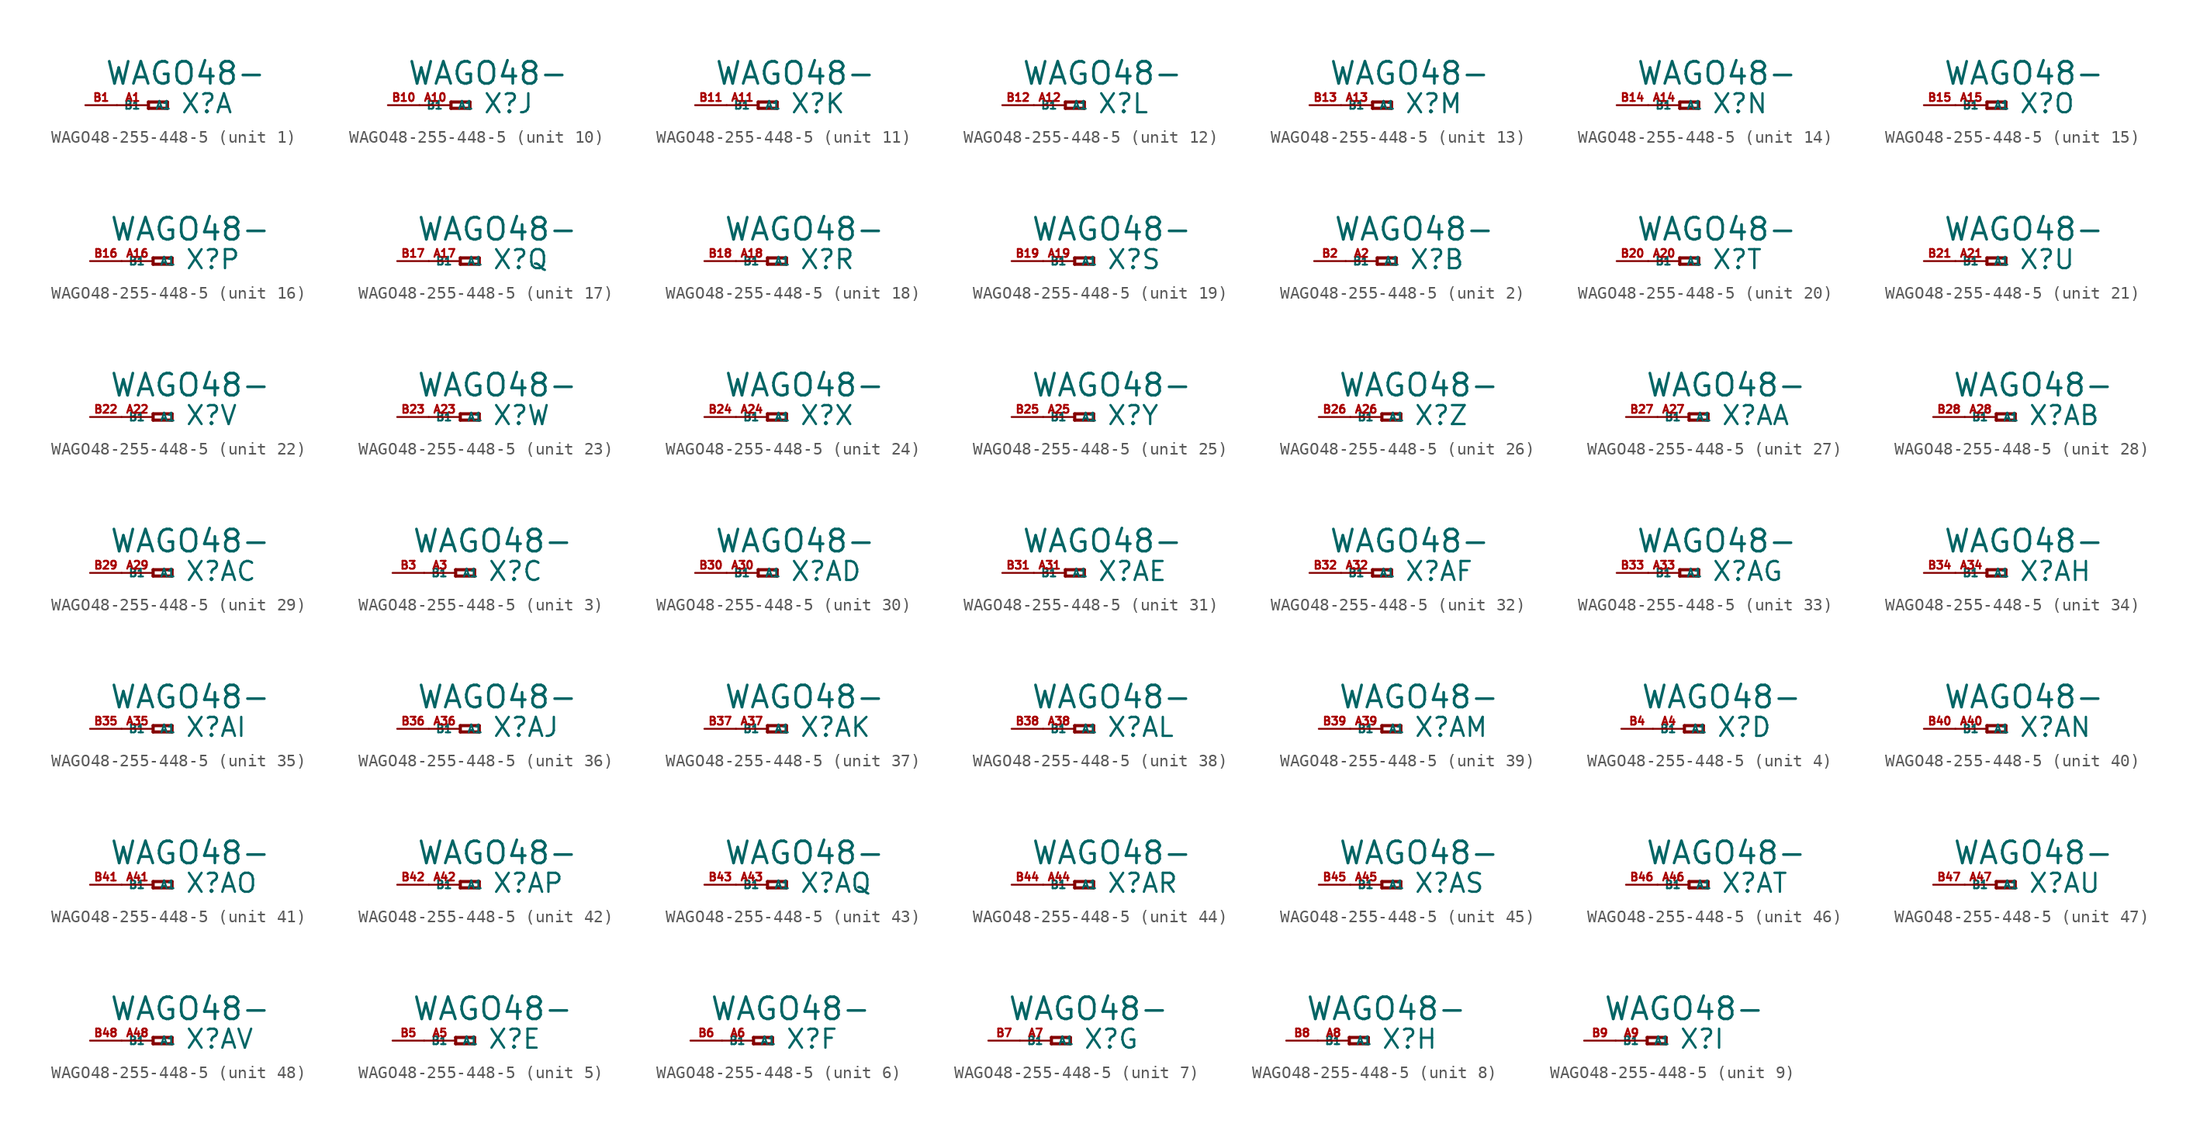
<source format=kicad_sym>
(kicad_symbol_lib
  (version 20220914)
  (generator Eagle2Kicad)
  (symbol "WAGO48-255-448-5"
    (property "Reference" "X"
      (at 2.54 -0.762 0)
      (effects (font (size 1.524 1.524) (thickness 0.19)) (justify left bottom)))
    (property "Value" "WAGO48-"
      (at -3.556 1.524 0)
      (effects (font (size 1.778 1.778) (thickness 0.22)) (justify left bottom)))
    (symbol "WAGO48-255-448-5_1_0"
      (polyline (pts (xy 0 0.254) (xy 0 -0.254)) (stroke (width 0.254) (type default)) (fill (type none)))
      (polyline (pts (xy 0 -0.254) (xy 1.524 -0.254)) (stroke (width 0.254) (type default)) (fill (type none)))
      (polyline (pts (xy 1.524 -0.254) (xy 1.524 0.254)) (stroke (width 0.254) (type default)) (fill (type none)))
      (polyline (pts (xy 1.524 0.254) (xy 0 0.254)) (stroke (width 0.254) (type default)) (fill (type none)))
      (pin passive line (at -2.54 0 0) (length 2.54) (name "A1" (effects (font (size 0.635 0.635) (thickness 0.08)) (justify left bottom))) (number "A1" (effects (font (size 0.635 0.635) (thickness 0.08)) (justify left bottom))))
      (pin passive line (at -5.08 0 0) (length 2.54) (name "B1" (effects (font (size 0.635 0.635) (thickness 0.08)) (justify left bottom))) (number "B1" (effects (font (size 0.635 0.635) (thickness 0.08)) (justify left bottom)))))
    (symbol "WAGO48-255-448-5_2_0"
      (polyline (pts (xy 0 0.254) (xy 0 -0.254)) (stroke (width 0.254) (type default)) (fill (type none)))
      (polyline (pts (xy 0 -0.254) (xy 1.524 -0.254)) (stroke (width 0.254) (type default)) (fill (type none)))
      (polyline (pts (xy 1.524 -0.254) (xy 1.524 0.254)) (stroke (width 0.254) (type default)) (fill (type none)))
      (polyline (pts (xy 1.524 0.254) (xy 0 0.254)) (stroke (width 0.254) (type default)) (fill (type none)))
      (pin passive line (at -2.54 0 0) (length 2.54) (name "A1" (effects (font (size 0.635 0.635) (thickness 0.08)) (justify left bottom))) (number "A2" (effects (font (size 0.635 0.635) (thickness 0.08)) (justify left bottom))))
      (pin passive line (at -5.08 0 0) (length 2.54) (name "B1" (effects (font (size 0.635 0.635) (thickness 0.08)) (justify left bottom))) (number "B2" (effects (font (size 0.635 0.635) (thickness 0.08)) (justify left bottom)))))
    (symbol "WAGO48-255-448-5_3_0"
      (polyline (pts (xy 0 0.254) (xy 0 -0.254)) (stroke (width 0.254) (type default)) (fill (type none)))
      (polyline (pts (xy 0 -0.254) (xy 1.524 -0.254)) (stroke (width 0.254) (type default)) (fill (type none)))
      (polyline (pts (xy 1.524 -0.254) (xy 1.524 0.254)) (stroke (width 0.254) (type default)) (fill (type none)))
      (polyline (pts (xy 1.524 0.254) (xy 0 0.254)) (stroke (width 0.254) (type default)) (fill (type none)))
      (pin passive line (at -2.54 0 0) (length 2.54) (name "A1" (effects (font (size 0.635 0.635) (thickness 0.08)) (justify left bottom))) (number "A3" (effects (font (size 0.635 0.635) (thickness 0.08)) (justify left bottom))))
      (pin passive line (at -5.08 0 0) (length 2.54) (name "B1" (effects (font (size 0.635 0.635) (thickness 0.08)) (justify left bottom))) (number "B3" (effects (font (size 0.635 0.635) (thickness 0.08)) (justify left bottom)))))
    (symbol "WAGO48-255-448-5_4_0"
      (polyline (pts (xy 0 0.254) (xy 0 -0.254)) (stroke (width 0.254) (type default)) (fill (type none)))
      (polyline (pts (xy 0 -0.254) (xy 1.524 -0.254)) (stroke (width 0.254) (type default)) (fill (type none)))
      (polyline (pts (xy 1.524 -0.254) (xy 1.524 0.254)) (stroke (width 0.254) (type default)) (fill (type none)))
      (polyline (pts (xy 1.524 0.254) (xy 0 0.254)) (stroke (width 0.254) (type default)) (fill (type none)))
      (pin passive line (at -2.54 0 0) (length 2.54) (name "A1" (effects (font (size 0.635 0.635) (thickness 0.08)) (justify left bottom))) (number "A4" (effects (font (size 0.635 0.635) (thickness 0.08)) (justify left bottom))))
      (pin passive line (at -5.08 0 0) (length 2.54) (name "B1" (effects (font (size 0.635 0.635) (thickness 0.08)) (justify left bottom))) (number "B4" (effects (font (size 0.635 0.635) (thickness 0.08)) (justify left bottom)))))
    (symbol "WAGO48-255-448-5_5_0"
      (polyline (pts (xy 0 0.254) (xy 0 -0.254)) (stroke (width 0.254) (type default)) (fill (type none)))
      (polyline (pts (xy 0 -0.254) (xy 1.524 -0.254)) (stroke (width 0.254) (type default)) (fill (type none)))
      (polyline (pts (xy 1.524 -0.254) (xy 1.524 0.254)) (stroke (width 0.254) (type default)) (fill (type none)))
      (polyline (pts (xy 1.524 0.254) (xy 0 0.254)) (stroke (width 0.254) (type default)) (fill (type none)))
      (pin passive line (at -2.54 0 0) (length 2.54) (name "A1" (effects (font (size 0.635 0.635) (thickness 0.08)) (justify left bottom))) (number "A5" (effects (font (size 0.635 0.635) (thickness 0.08)) (justify left bottom))))
      (pin passive line (at -5.08 0 0) (length 2.54) (name "B1" (effects (font (size 0.635 0.635) (thickness 0.08)) (justify left bottom))) (number "B5" (effects (font (size 0.635 0.635) (thickness 0.08)) (justify left bottom)))))
    (symbol "WAGO48-255-448-5_6_0"
      (polyline (pts (xy 0 0.254) (xy 0 -0.254)) (stroke (width 0.254) (type default)) (fill (type none)))
      (polyline (pts (xy 0 -0.254) (xy 1.524 -0.254)) (stroke (width 0.254) (type default)) (fill (type none)))
      (polyline (pts (xy 1.524 -0.254) (xy 1.524 0.254)) (stroke (width 0.254) (type default)) (fill (type none)))
      (polyline (pts (xy 1.524 0.254) (xy 0 0.254)) (stroke (width 0.254) (type default)) (fill (type none)))
      (pin passive line (at -2.54 0 0) (length 2.54) (name "A1" (effects (font (size 0.635 0.635) (thickness 0.08)) (justify left bottom))) (number "A6" (effects (font (size 0.635 0.635) (thickness 0.08)) (justify left bottom))))
      (pin passive line (at -5.08 0 0) (length 2.54) (name "B1" (effects (font (size 0.635 0.635) (thickness 0.08)) (justify left bottom))) (number "B6" (effects (font (size 0.635 0.635) (thickness 0.08)) (justify left bottom)))))
    (symbol "WAGO48-255-448-5_7_0"
      (polyline (pts (xy 0 0.254) (xy 0 -0.254)) (stroke (width 0.254) (type default)) (fill (type none)))
      (polyline (pts (xy 0 -0.254) (xy 1.524 -0.254)) (stroke (width 0.254) (type default)) (fill (type none)))
      (polyline (pts (xy 1.524 -0.254) (xy 1.524 0.254)) (stroke (width 0.254) (type default)) (fill (type none)))
      (polyline (pts (xy 1.524 0.254) (xy 0 0.254)) (stroke (width 0.254) (type default)) (fill (type none)))
      (pin passive line (at -2.54 0 0) (length 2.54) (name "A1" (effects (font (size 0.635 0.635) (thickness 0.08)) (justify left bottom))) (number "A7" (effects (font (size 0.635 0.635) (thickness 0.08)) (justify left bottom))))
      (pin passive line (at -5.08 0 0) (length 2.54) (name "B1" (effects (font (size 0.635 0.635) (thickness 0.08)) (justify left bottom))) (number "B7" (effects (font (size 0.635 0.635) (thickness 0.08)) (justify left bottom)))))
    (symbol "WAGO48-255-448-5_8_0"
      (polyline (pts (xy 0 0.254) (xy 0 -0.254)) (stroke (width 0.254) (type default)) (fill (type none)))
      (polyline (pts (xy 0 -0.254) (xy 1.524 -0.254)) (stroke (width 0.254) (type default)) (fill (type none)))
      (polyline (pts (xy 1.524 -0.254) (xy 1.524 0.254)) (stroke (width 0.254) (type default)) (fill (type none)))
      (polyline (pts (xy 1.524 0.254) (xy 0 0.254)) (stroke (width 0.254) (type default)) (fill (type none)))
      (pin passive line (at -2.54 0 0) (length 2.54) (name "A1" (effects (font (size 0.635 0.635) (thickness 0.08)) (justify left bottom))) (number "A8" (effects (font (size 0.635 0.635) (thickness 0.08)) (justify left bottom))))
      (pin passive line (at -5.08 0 0) (length 2.54) (name "B1" (effects (font (size 0.635 0.635) (thickness 0.08)) (justify left bottom))) (number "B8" (effects (font (size 0.635 0.635) (thickness 0.08)) (justify left bottom)))))
    (symbol "WAGO48-255-448-5_9_0"
      (polyline (pts (xy 0 0.254) (xy 0 -0.254)) (stroke (width 0.254) (type default)) (fill (type none)))
      (polyline (pts (xy 0 -0.254) (xy 1.524 -0.254)) (stroke (width 0.254) (type default)) (fill (type none)))
      (polyline (pts (xy 1.524 -0.254) (xy 1.524 0.254)) (stroke (width 0.254) (type default)) (fill (type none)))
      (polyline (pts (xy 1.524 0.254) (xy 0 0.254)) (stroke (width 0.254) (type default)) (fill (type none)))
      (pin passive line (at -2.54 0 0) (length 2.54) (name "A1" (effects (font (size 0.635 0.635) (thickness 0.08)) (justify left bottom))) (number "A9" (effects (font (size 0.635 0.635) (thickness 0.08)) (justify left bottom))))
      (pin passive line (at -5.08 0 0) (length 2.54) (name "B1" (effects (font (size 0.635 0.635) (thickness 0.08)) (justify left bottom))) (number "B9" (effects (font (size 0.635 0.635) (thickness 0.08)) (justify left bottom)))))
    (symbol "WAGO48-255-448-5_10_0"
      (polyline (pts (xy 0 0.254) (xy 0 -0.254)) (stroke (width 0.254) (type default)) (fill (type none)))
      (polyline (pts (xy 0 -0.254) (xy 1.524 -0.254)) (stroke (width 0.254) (type default)) (fill (type none)))
      (polyline (pts (xy 1.524 -0.254) (xy 1.524 0.254)) (stroke (width 0.254) (type default)) (fill (type none)))
      (polyline (pts (xy 1.524 0.254) (xy 0 0.254)) (stroke (width 0.254) (type default)) (fill (type none)))
      (pin passive line (at -2.54 0 0) (length 2.54) (name "A1" (effects (font (size 0.635 0.635) (thickness 0.08)) (justify left bottom))) (number "A10" (effects (font (size 0.635 0.635) (thickness 0.08)) (justify left bottom))))
      (pin passive line (at -5.08 0 0) (length 2.54) (name "B1" (effects (font (size 0.635 0.635) (thickness 0.08)) (justify left bottom))) (number "B10" (effects (font (size 0.635 0.635) (thickness 0.08)) (justify left bottom)))))
    (symbol "WAGO48-255-448-5_11_0"
      (polyline (pts (xy 0 0.254) (xy 0 -0.254)) (stroke (width 0.254) (type default)) (fill (type none)))
      (polyline (pts (xy 0 -0.254) (xy 1.524 -0.254)) (stroke (width 0.254) (type default)) (fill (type none)))
      (polyline (pts (xy 1.524 -0.254) (xy 1.524 0.254)) (stroke (width 0.254) (type default)) (fill (type none)))
      (polyline (pts (xy 1.524 0.254) (xy 0 0.254)) (stroke (width 0.254) (type default)) (fill (type none)))
      (pin passive line (at -2.54 0 0) (length 2.54) (name "A1" (effects (font (size 0.635 0.635) (thickness 0.08)) (justify left bottom))) (number "A11" (effects (font (size 0.635 0.635) (thickness 0.08)) (justify left bottom))))
      (pin passive line (at -5.08 0 0) (length 2.54) (name "B1" (effects (font (size 0.635 0.635) (thickness 0.08)) (justify left bottom))) (number "B11" (effects (font (size 0.635 0.635) (thickness 0.08)) (justify left bottom)))))
    (symbol "WAGO48-255-448-5_12_0"
      (polyline (pts (xy 0 0.254) (xy 0 -0.254)) (stroke (width 0.254) (type default)) (fill (type none)))
      (polyline (pts (xy 0 -0.254) (xy 1.524 -0.254)) (stroke (width 0.254) (type default)) (fill (type none)))
      (polyline (pts (xy 1.524 -0.254) (xy 1.524 0.254)) (stroke (width 0.254) (type default)) (fill (type none)))
      (polyline (pts (xy 1.524 0.254) (xy 0 0.254)) (stroke (width 0.254) (type default)) (fill (type none)))
      (pin passive line (at -2.54 0 0) (length 2.54) (name "A1" (effects (font (size 0.635 0.635) (thickness 0.08)) (justify left bottom))) (number "A12" (effects (font (size 0.635 0.635) (thickness 0.08)) (justify left bottom))))
      (pin passive line (at -5.08 0 0) (length 2.54) (name "B1" (effects (font (size 0.635 0.635) (thickness 0.08)) (justify left bottom))) (number "B12" (effects (font (size 0.635 0.635) (thickness 0.08)) (justify left bottom)))))
    (symbol "WAGO48-255-448-5_13_0"
      (polyline (pts (xy 0 0.254) (xy 0 -0.254)) (stroke (width 0.254) (type default)) (fill (type none)))
      (polyline (pts (xy 0 -0.254) (xy 1.524 -0.254)) (stroke (width 0.254) (type default)) (fill (type none)))
      (polyline (pts (xy 1.524 -0.254) (xy 1.524 0.254)) (stroke (width 0.254) (type default)) (fill (type none)))
      (polyline (pts (xy 1.524 0.254) (xy 0 0.254)) (stroke (width 0.254) (type default)) (fill (type none)))
      (pin passive line (at -2.54 0 0) (length 2.54) (name "A1" (effects (font (size 0.635 0.635) (thickness 0.08)) (justify left bottom))) (number "A13" (effects (font (size 0.635 0.635) (thickness 0.08)) (justify left bottom))))
      (pin passive line (at -5.08 0 0) (length 2.54) (name "B1" (effects (font (size 0.635 0.635) (thickness 0.08)) (justify left bottom))) (number "B13" (effects (font (size 0.635 0.635) (thickness 0.08)) (justify left bottom)))))
    (symbol "WAGO48-255-448-5_14_0"
      (polyline (pts (xy 0 0.254) (xy 0 -0.254)) (stroke (width 0.254) (type default)) (fill (type none)))
      (polyline (pts (xy 0 -0.254) (xy 1.524 -0.254)) (stroke (width 0.254) (type default)) (fill (type none)))
      (polyline (pts (xy 1.524 -0.254) (xy 1.524 0.254)) (stroke (width 0.254) (type default)) (fill (type none)))
      (polyline (pts (xy 1.524 0.254) (xy 0 0.254)) (stroke (width 0.254) (type default)) (fill (type none)))
      (pin passive line (at -2.54 0 0) (length 2.54) (name "A1" (effects (font (size 0.635 0.635) (thickness 0.08)) (justify left bottom))) (number "A14" (effects (font (size 0.635 0.635) (thickness 0.08)) (justify left bottom))))
      (pin passive line (at -5.08 0 0) (length 2.54) (name "B1" (effects (font (size 0.635 0.635) (thickness 0.08)) (justify left bottom))) (number "B14" (effects (font (size 0.635 0.635) (thickness 0.08)) (justify left bottom)))))
    (symbol "WAGO48-255-448-5_15_0"
      (polyline (pts (xy 0 0.254) (xy 0 -0.254)) (stroke (width 0.254) (type default)) (fill (type none)))
      (polyline (pts (xy 0 -0.254) (xy 1.524 -0.254)) (stroke (width 0.254) (type default)) (fill (type none)))
      (polyline (pts (xy 1.524 -0.254) (xy 1.524 0.254)) (stroke (width 0.254) (type default)) (fill (type none)))
      (polyline (pts (xy 1.524 0.254) (xy 0 0.254)) (stroke (width 0.254) (type default)) (fill (type none)))
      (pin passive line (at -2.54 0 0) (length 2.54) (name "A1" (effects (font (size 0.635 0.635) (thickness 0.08)) (justify left bottom))) (number "A15" (effects (font (size 0.635 0.635) (thickness 0.08)) (justify left bottom))))
      (pin passive line (at -5.08 0 0) (length 2.54) (name "B1" (effects (font (size 0.635 0.635) (thickness 0.08)) (justify left bottom))) (number "B15" (effects (font (size 0.635 0.635) (thickness 0.08)) (justify left bottom)))))
    (symbol "WAGO48-255-448-5_16_0"
      (polyline (pts (xy 0 0.254) (xy 0 -0.254)) (stroke (width 0.254) (type default)) (fill (type none)))
      (polyline (pts (xy 0 -0.254) (xy 1.524 -0.254)) (stroke (width 0.254) (type default)) (fill (type none)))
      (polyline (pts (xy 1.524 -0.254) (xy 1.524 0.254)) (stroke (width 0.254) (type default)) (fill (type none)))
      (polyline (pts (xy 1.524 0.254) (xy 0 0.254)) (stroke (width 0.254) (type default)) (fill (type none)))
      (pin passive line (at -2.54 0 0) (length 2.54) (name "A1" (effects (font (size 0.635 0.635) (thickness 0.08)) (justify left bottom))) (number "A16" (effects (font (size 0.635 0.635) (thickness 0.08)) (justify left bottom))))
      (pin passive line (at -5.08 0 0) (length 2.54) (name "B1" (effects (font (size 0.635 0.635) (thickness 0.08)) (justify left bottom))) (number "B16" (effects (font (size 0.635 0.635) (thickness 0.08)) (justify left bottom)))))
    (symbol "WAGO48-255-448-5_17_0"
      (polyline (pts (xy 0 0.254) (xy 0 -0.254)) (stroke (width 0.254) (type default)) (fill (type none)))
      (polyline (pts (xy 0 -0.254) (xy 1.524 -0.254)) (stroke (width 0.254) (type default)) (fill (type none)))
      (polyline (pts (xy 1.524 -0.254) (xy 1.524 0.254)) (stroke (width 0.254) (type default)) (fill (type none)))
      (polyline (pts (xy 1.524 0.254) (xy 0 0.254)) (stroke (width 0.254) (type default)) (fill (type none)))
      (pin passive line (at -2.54 0 0) (length 2.54) (name "A1" (effects (font (size 0.635 0.635) (thickness 0.08)) (justify left bottom))) (number "A17" (effects (font (size 0.635 0.635) (thickness 0.08)) (justify left bottom))))
      (pin passive line (at -5.08 0 0) (length 2.54) (name "B1" (effects (font (size 0.635 0.635) (thickness 0.08)) (justify left bottom))) (number "B17" (effects (font (size 0.635 0.635) (thickness 0.08)) (justify left bottom)))))
    (symbol "WAGO48-255-448-5_18_0"
      (polyline (pts (xy 0 0.254) (xy 0 -0.254)) (stroke (width 0.254) (type default)) (fill (type none)))
      (polyline (pts (xy 0 -0.254) (xy 1.524 -0.254)) (stroke (width 0.254) (type default)) (fill (type none)))
      (polyline (pts (xy 1.524 -0.254) (xy 1.524 0.254)) (stroke (width 0.254) (type default)) (fill (type none)))
      (polyline (pts (xy 1.524 0.254) (xy 0 0.254)) (stroke (width 0.254) (type default)) (fill (type none)))
      (pin passive line (at -2.54 0 0) (length 2.54) (name "A1" (effects (font (size 0.635 0.635) (thickness 0.08)) (justify left bottom))) (number "A18" (effects (font (size 0.635 0.635) (thickness 0.08)) (justify left bottom))))
      (pin passive line (at -5.08 0 0) (length 2.54) (name "B1" (effects (font (size 0.635 0.635) (thickness 0.08)) (justify left bottom))) (number "B18" (effects (font (size 0.635 0.635) (thickness 0.08)) (justify left bottom)))))
    (symbol "WAGO48-255-448-5_19_0"
      (polyline (pts (xy 0 0.254) (xy 0 -0.254)) (stroke (width 0.254) (type default)) (fill (type none)))
      (polyline (pts (xy 0 -0.254) (xy 1.524 -0.254)) (stroke (width 0.254) (type default)) (fill (type none)))
      (polyline (pts (xy 1.524 -0.254) (xy 1.524 0.254)) (stroke (width 0.254) (type default)) (fill (type none)))
      (polyline (pts (xy 1.524 0.254) (xy 0 0.254)) (stroke (width 0.254) (type default)) (fill (type none)))
      (pin passive line (at -2.54 0 0) (length 2.54) (name "A1" (effects (font (size 0.635 0.635) (thickness 0.08)) (justify left bottom))) (number "A19" (effects (font (size 0.635 0.635) (thickness 0.08)) (justify left bottom))))
      (pin passive line (at -5.08 0 0) (length 2.54) (name "B1" (effects (font (size 0.635 0.635) (thickness 0.08)) (justify left bottom))) (number "B19" (effects (font (size 0.635 0.635) (thickness 0.08)) (justify left bottom)))))
    (symbol "WAGO48-255-448-5_20_0"
      (polyline (pts (xy 0 0.254) (xy 0 -0.254)) (stroke (width 0.254) (type default)) (fill (type none)))
      (polyline (pts (xy 0 -0.254) (xy 1.524 -0.254)) (stroke (width 0.254) (type default)) (fill (type none)))
      (polyline (pts (xy 1.524 -0.254) (xy 1.524 0.254)) (stroke (width 0.254) (type default)) (fill (type none)))
      (polyline (pts (xy 1.524 0.254) (xy 0 0.254)) (stroke (width 0.254) (type default)) (fill (type none)))
      (pin passive line (at -2.54 0 0) (length 2.54) (name "A1" (effects (font (size 0.635 0.635) (thickness 0.08)) (justify left bottom))) (number "A20" (effects (font (size 0.635 0.635) (thickness 0.08)) (justify left bottom))))
      (pin passive line (at -5.08 0 0) (length 2.54) (name "B1" (effects (font (size 0.635 0.635) (thickness 0.08)) (justify left bottom))) (number "B20" (effects (font (size 0.635 0.635) (thickness 0.08)) (justify left bottom)))))
    (symbol "WAGO48-255-448-5_21_0"
      (polyline (pts (xy 0 0.254) (xy 0 -0.254)) (stroke (width 0.254) (type default)) (fill (type none)))
      (polyline (pts (xy 0 -0.254) (xy 1.524 -0.254)) (stroke (width 0.254) (type default)) (fill (type none)))
      (polyline (pts (xy 1.524 -0.254) (xy 1.524 0.254)) (stroke (width 0.254) (type default)) (fill (type none)))
      (polyline (pts (xy 1.524 0.254) (xy 0 0.254)) (stroke (width 0.254) (type default)) (fill (type none)))
      (pin passive line (at -2.54 0 0) (length 2.54) (name "A1" (effects (font (size 0.635 0.635) (thickness 0.08)) (justify left bottom))) (number "A21" (effects (font (size 0.635 0.635) (thickness 0.08)) (justify left bottom))))
      (pin passive line (at -5.08 0 0) (length 2.54) (name "B1" (effects (font (size 0.635 0.635) (thickness 0.08)) (justify left bottom))) (number "B21" (effects (font (size 0.635 0.635) (thickness 0.08)) (justify left bottom)))))
    (symbol "WAGO48-255-448-5_22_0"
      (polyline (pts (xy 0 0.254) (xy 0 -0.254)) (stroke (width 0.254) (type default)) (fill (type none)))
      (polyline (pts (xy 0 -0.254) (xy 1.524 -0.254)) (stroke (width 0.254) (type default)) (fill (type none)))
      (polyline (pts (xy 1.524 -0.254) (xy 1.524 0.254)) (stroke (width 0.254) (type default)) (fill (type none)))
      (polyline (pts (xy 1.524 0.254) (xy 0 0.254)) (stroke (width 0.254) (type default)) (fill (type none)))
      (pin passive line (at -2.54 0 0) (length 2.54) (name "A1" (effects (font (size 0.635 0.635) (thickness 0.08)) (justify left bottom))) (number "A22" (effects (font (size 0.635 0.635) (thickness 0.08)) (justify left bottom))))
      (pin passive line (at -5.08 0 0) (length 2.54) (name "B1" (effects (font (size 0.635 0.635) (thickness 0.08)) (justify left bottom))) (number "B22" (effects (font (size 0.635 0.635) (thickness 0.08)) (justify left bottom)))))
    (symbol "WAGO48-255-448-5_23_0"
      (polyline (pts (xy 0 0.254) (xy 0 -0.254)) (stroke (width 0.254) (type default)) (fill (type none)))
      (polyline (pts (xy 0 -0.254) (xy 1.524 -0.254)) (stroke (width 0.254) (type default)) (fill (type none)))
      (polyline (pts (xy 1.524 -0.254) (xy 1.524 0.254)) (stroke (width 0.254) (type default)) (fill (type none)))
      (polyline (pts (xy 1.524 0.254) (xy 0 0.254)) (stroke (width 0.254) (type default)) (fill (type none)))
      (pin passive line (at -2.54 0 0) (length 2.54) (name "A1" (effects (font (size 0.635 0.635) (thickness 0.08)) (justify left bottom))) (number "A23" (effects (font (size 0.635 0.635) (thickness 0.08)) (justify left bottom))))
      (pin passive line (at -5.08 0 0) (length 2.54) (name "B1" (effects (font (size 0.635 0.635) (thickness 0.08)) (justify left bottom))) (number "B23" (effects (font (size 0.635 0.635) (thickness 0.08)) (justify left bottom)))))
    (symbol "WAGO48-255-448-5_24_0"
      (polyline (pts (xy 0 0.254) (xy 0 -0.254)) (stroke (width 0.254) (type default)) (fill (type none)))
      (polyline (pts (xy 0 -0.254) (xy 1.524 -0.254)) (stroke (width 0.254) (type default)) (fill (type none)))
      (polyline (pts (xy 1.524 -0.254) (xy 1.524 0.254)) (stroke (width 0.254) (type default)) (fill (type none)))
      (polyline (pts (xy 1.524 0.254) (xy 0 0.254)) (stroke (width 0.254) (type default)) (fill (type none)))
      (pin passive line (at -2.54 0 0) (length 2.54) (name "A1" (effects (font (size 0.635 0.635) (thickness 0.08)) (justify left bottom))) (number "A24" (effects (font (size 0.635 0.635) (thickness 0.08)) (justify left bottom))))
      (pin passive line (at -5.08 0 0) (length 2.54) (name "B1" (effects (font (size 0.635 0.635) (thickness 0.08)) (justify left bottom))) (number "B24" (effects (font (size 0.635 0.635) (thickness 0.08)) (justify left bottom)))))
    (symbol "WAGO48-255-448-5_25_0"
      (polyline (pts (xy 0 0.254) (xy 0 -0.254)) (stroke (width 0.254) (type default)) (fill (type none)))
      (polyline (pts (xy 0 -0.254) (xy 1.524 -0.254)) (stroke (width 0.254) (type default)) (fill (type none)))
      (polyline (pts (xy 1.524 -0.254) (xy 1.524 0.254)) (stroke (width 0.254) (type default)) (fill (type none)))
      (polyline (pts (xy 1.524 0.254) (xy 0 0.254)) (stroke (width 0.254) (type default)) (fill (type none)))
      (pin passive line (at -2.54 0 0) (length 2.54) (name "A1" (effects (font (size 0.635 0.635) (thickness 0.08)) (justify left bottom))) (number "A25" (effects (font (size 0.635 0.635) (thickness 0.08)) (justify left bottom))))
      (pin passive line (at -5.08 0 0) (length 2.54) (name "B1" (effects (font (size 0.635 0.635) (thickness 0.08)) (justify left bottom))) (number "B25" (effects (font (size 0.635 0.635) (thickness 0.08)) (justify left bottom)))))
    (symbol "WAGO48-255-448-5_26_0"
      (polyline (pts (xy 0 0.254) (xy 0 -0.254)) (stroke (width 0.254) (type default)) (fill (type none)))
      (polyline (pts (xy 0 -0.254) (xy 1.524 -0.254)) (stroke (width 0.254) (type default)) (fill (type none)))
      (polyline (pts (xy 1.524 -0.254) (xy 1.524 0.254)) (stroke (width 0.254) (type default)) (fill (type none)))
      (polyline (pts (xy 1.524 0.254) (xy 0 0.254)) (stroke (width 0.254) (type default)) (fill (type none)))
      (pin passive line (at -2.54 0 0) (length 2.54) (name "A1" (effects (font (size 0.635 0.635) (thickness 0.08)) (justify left bottom))) (number "A26" (effects (font (size 0.635 0.635) (thickness 0.08)) (justify left bottom))))
      (pin passive line (at -5.08 0 0) (length 2.54) (name "B1" (effects (font (size 0.635 0.635) (thickness 0.08)) (justify left bottom))) (number "B26" (effects (font (size 0.635 0.635) (thickness 0.08)) (justify left bottom)))))
    (symbol "WAGO48-255-448-5_27_0"
      (polyline (pts (xy 0 0.254) (xy 0 -0.254)) (stroke (width 0.254) (type default)) (fill (type none)))
      (polyline (pts (xy 0 -0.254) (xy 1.524 -0.254)) (stroke (width 0.254) (type default)) (fill (type none)))
      (polyline (pts (xy 1.524 -0.254) (xy 1.524 0.254)) (stroke (width 0.254) (type default)) (fill (type none)))
      (polyline (pts (xy 1.524 0.254) (xy 0 0.254)) (stroke (width 0.254) (type default)) (fill (type none)))
      (pin passive line (at -2.54 0 0) (length 2.54) (name "A1" (effects (font (size 0.635 0.635) (thickness 0.08)) (justify left bottom))) (number "A27" (effects (font (size 0.635 0.635) (thickness 0.08)) (justify left bottom))))
      (pin passive line (at -5.08 0 0) (length 2.54) (name "B1" (effects (font (size 0.635 0.635) (thickness 0.08)) (justify left bottom))) (number "B27" (effects (font (size 0.635 0.635) (thickness 0.08)) (justify left bottom)))))
    (symbol "WAGO48-255-448-5_28_0"
      (polyline (pts (xy 0 0.254) (xy 0 -0.254)) (stroke (width 0.254) (type default)) (fill (type none)))
      (polyline (pts (xy 0 -0.254) (xy 1.524 -0.254)) (stroke (width 0.254) (type default)) (fill (type none)))
      (polyline (pts (xy 1.524 -0.254) (xy 1.524 0.254)) (stroke (width 0.254) (type default)) (fill (type none)))
      (polyline (pts (xy 1.524 0.254) (xy 0 0.254)) (stroke (width 0.254) (type default)) (fill (type none)))
      (pin passive line (at -2.54 0 0) (length 2.54) (name "A1" (effects (font (size 0.635 0.635) (thickness 0.08)) (justify left bottom))) (number "A28" (effects (font (size 0.635 0.635) (thickness 0.08)) (justify left bottom))))
      (pin passive line (at -5.08 0 0) (length 2.54) (name "B1" (effects (font (size 0.635 0.635) (thickness 0.08)) (justify left bottom))) (number "B28" (effects (font (size 0.635 0.635) (thickness 0.08)) (justify left bottom)))))
    (symbol "WAGO48-255-448-5_29_0"
      (polyline (pts (xy 0 0.254) (xy 0 -0.254)) (stroke (width 0.254) (type default)) (fill (type none)))
      (polyline (pts (xy 0 -0.254) (xy 1.524 -0.254)) (stroke (width 0.254) (type default)) (fill (type none)))
      (polyline (pts (xy 1.524 -0.254) (xy 1.524 0.254)) (stroke (width 0.254) (type default)) (fill (type none)))
      (polyline (pts (xy 1.524 0.254) (xy 0 0.254)) (stroke (width 0.254) (type default)) (fill (type none)))
      (pin passive line (at -2.54 0 0) (length 2.54) (name "A1" (effects (font (size 0.635 0.635) (thickness 0.08)) (justify left bottom))) (number "A29" (effects (font (size 0.635 0.635) (thickness 0.08)) (justify left bottom))))
      (pin passive line (at -5.08 0 0) (length 2.54) (name "B1" (effects (font (size 0.635 0.635) (thickness 0.08)) (justify left bottom))) (number "B29" (effects (font (size 0.635 0.635) (thickness 0.08)) (justify left bottom)))))
    (symbol "WAGO48-255-448-5_30_0"
      (polyline (pts (xy 0 0.254) (xy 0 -0.254)) (stroke (width 0.254) (type default)) (fill (type none)))
      (polyline (pts (xy 0 -0.254) (xy 1.524 -0.254)) (stroke (width 0.254) (type default)) (fill (type none)))
      (polyline (pts (xy 1.524 -0.254) (xy 1.524 0.254)) (stroke (width 0.254) (type default)) (fill (type none)))
      (polyline (pts (xy 1.524 0.254) (xy 0 0.254)) (stroke (width 0.254) (type default)) (fill (type none)))
      (pin passive line (at -2.54 0 0) (length 2.54) (name "A1" (effects (font (size 0.635 0.635) (thickness 0.08)) (justify left bottom))) (number "A30" (effects (font (size 0.635 0.635) (thickness 0.08)) (justify left bottom))))
      (pin passive line (at -5.08 0 0) (length 2.54) (name "B1" (effects (font (size 0.635 0.635) (thickness 0.08)) (justify left bottom))) (number "B30" (effects (font (size 0.635 0.635) (thickness 0.08)) (justify left bottom)))))
    (symbol "WAGO48-255-448-5_31_0"
      (polyline (pts (xy 0 0.254) (xy 0 -0.254)) (stroke (width 0.254) (type default)) (fill (type none)))
      (polyline (pts (xy 0 -0.254) (xy 1.524 -0.254)) (stroke (width 0.254) (type default)) (fill (type none)))
      (polyline (pts (xy 1.524 -0.254) (xy 1.524 0.254)) (stroke (width 0.254) (type default)) (fill (type none)))
      (polyline (pts (xy 1.524 0.254) (xy 0 0.254)) (stroke (width 0.254) (type default)) (fill (type none)))
      (pin passive line (at -2.54 0 0) (length 2.54) (name "A1" (effects (font (size 0.635 0.635) (thickness 0.08)) (justify left bottom))) (number "A31" (effects (font (size 0.635 0.635) (thickness 0.08)) (justify left bottom))))
      (pin passive line (at -5.08 0 0) (length 2.54) (name "B1" (effects (font (size 0.635 0.635) (thickness 0.08)) (justify left bottom))) (number "B31" (effects (font (size 0.635 0.635) (thickness 0.08)) (justify left bottom)))))
    (symbol "WAGO48-255-448-5_32_0"
      (polyline (pts (xy 0 0.254) (xy 0 -0.254)) (stroke (width 0.254) (type default)) (fill (type none)))
      (polyline (pts (xy 0 -0.254) (xy 1.524 -0.254)) (stroke (width 0.254) (type default)) (fill (type none)))
      (polyline (pts (xy 1.524 -0.254) (xy 1.524 0.254)) (stroke (width 0.254) (type default)) (fill (type none)))
      (polyline (pts (xy 1.524 0.254) (xy 0 0.254)) (stroke (width 0.254) (type default)) (fill (type none)))
      (pin passive line (at -2.54 0 0) (length 2.54) (name "A1" (effects (font (size 0.635 0.635) (thickness 0.08)) (justify left bottom))) (number "A32" (effects (font (size 0.635 0.635) (thickness 0.08)) (justify left bottom))))
      (pin passive line (at -5.08 0 0) (length 2.54) (name "B1" (effects (font (size 0.635 0.635) (thickness 0.08)) (justify left bottom))) (number "B32" (effects (font (size 0.635 0.635) (thickness 0.08)) (justify left bottom)))))
    (symbol "WAGO48-255-448-5_33_0"
      (polyline (pts (xy 0 0.254) (xy 0 -0.254)) (stroke (width 0.254) (type default)) (fill (type none)))
      (polyline (pts (xy 0 -0.254) (xy 1.524 -0.254)) (stroke (width 0.254) (type default)) (fill (type none)))
      (polyline (pts (xy 1.524 -0.254) (xy 1.524 0.254)) (stroke (width 0.254) (type default)) (fill (type none)))
      (polyline (pts (xy 1.524 0.254) (xy 0 0.254)) (stroke (width 0.254) (type default)) (fill (type none)))
      (pin passive line (at -2.54 0 0) (length 2.54) (name "A1" (effects (font (size 0.635 0.635) (thickness 0.08)) (justify left bottom))) (number "A33" (effects (font (size 0.635 0.635) (thickness 0.08)) (justify left bottom))))
      (pin passive line (at -5.08 0 0) (length 2.54) (name "B1" (effects (font (size 0.635 0.635) (thickness 0.08)) (justify left bottom))) (number "B33" (effects (font (size 0.635 0.635) (thickness 0.08)) (justify left bottom)))))
    (symbol "WAGO48-255-448-5_34_0"
      (polyline (pts (xy 0 0.254) (xy 0 -0.254)) (stroke (width 0.254) (type default)) (fill (type none)))
      (polyline (pts (xy 0 -0.254) (xy 1.524 -0.254)) (stroke (width 0.254) (type default)) (fill (type none)))
      (polyline (pts (xy 1.524 -0.254) (xy 1.524 0.254)) (stroke (width 0.254) (type default)) (fill (type none)))
      (polyline (pts (xy 1.524 0.254) (xy 0 0.254)) (stroke (width 0.254) (type default)) (fill (type none)))
      (pin passive line (at -2.54 0 0) (length 2.54) (name "A1" (effects (font (size 0.635 0.635) (thickness 0.08)) (justify left bottom))) (number "A34" (effects (font (size 0.635 0.635) (thickness 0.08)) (justify left bottom))))
      (pin passive line (at -5.08 0 0) (length 2.54) (name "B1" (effects (font (size 0.635 0.635) (thickness 0.08)) (justify left bottom))) (number "B34" (effects (font (size 0.635 0.635) (thickness 0.08)) (justify left bottom)))))
    (symbol "WAGO48-255-448-5_35_0"
      (polyline (pts (xy 0 0.254) (xy 0 -0.254)) (stroke (width 0.254) (type default)) (fill (type none)))
      (polyline (pts (xy 0 -0.254) (xy 1.524 -0.254)) (stroke (width 0.254) (type default)) (fill (type none)))
      (polyline (pts (xy 1.524 -0.254) (xy 1.524 0.254)) (stroke (width 0.254) (type default)) (fill (type none)))
      (polyline (pts (xy 1.524 0.254) (xy 0 0.254)) (stroke (width 0.254) (type default)) (fill (type none)))
      (pin passive line (at -2.54 0 0) (length 2.54) (name "A1" (effects (font (size 0.635 0.635) (thickness 0.08)) (justify left bottom))) (number "A35" (effects (font (size 0.635 0.635) (thickness 0.08)) (justify left bottom))))
      (pin passive line (at -5.08 0 0) (length 2.54) (name "B1" (effects (font (size 0.635 0.635) (thickness 0.08)) (justify left bottom))) (number "B35" (effects (font (size 0.635 0.635) (thickness 0.08)) (justify left bottom)))))
    (symbol "WAGO48-255-448-5_36_0"
      (polyline (pts (xy 0 0.254) (xy 0 -0.254)) (stroke (width 0.254) (type default)) (fill (type none)))
      (polyline (pts (xy 0 -0.254) (xy 1.524 -0.254)) (stroke (width 0.254) (type default)) (fill (type none)))
      (polyline (pts (xy 1.524 -0.254) (xy 1.524 0.254)) (stroke (width 0.254) (type default)) (fill (type none)))
      (polyline (pts (xy 1.524 0.254) (xy 0 0.254)) (stroke (width 0.254) (type default)) (fill (type none)))
      (pin passive line (at -2.54 0 0) (length 2.54) (name "A1" (effects (font (size 0.635 0.635) (thickness 0.08)) (justify left bottom))) (number "A36" (effects (font (size 0.635 0.635) (thickness 0.08)) (justify left bottom))))
      (pin passive line (at -5.08 0 0) (length 2.54) (name "B1" (effects (font (size 0.635 0.635) (thickness 0.08)) (justify left bottom))) (number "B36" (effects (font (size 0.635 0.635) (thickness 0.08)) (justify left bottom)))))
    (symbol "WAGO48-255-448-5_37_0"
      (polyline (pts (xy 0 0.254) (xy 0 -0.254)) (stroke (width 0.254) (type default)) (fill (type none)))
      (polyline (pts (xy 0 -0.254) (xy 1.524 -0.254)) (stroke (width 0.254) (type default)) (fill (type none)))
      (polyline (pts (xy 1.524 -0.254) (xy 1.524 0.254)) (stroke (width 0.254) (type default)) (fill (type none)))
      (polyline (pts (xy 1.524 0.254) (xy 0 0.254)) (stroke (width 0.254) (type default)) (fill (type none)))
      (pin passive line (at -2.54 0 0) (length 2.54) (name "A1" (effects (font (size 0.635 0.635) (thickness 0.08)) (justify left bottom))) (number "A37" (effects (font (size 0.635 0.635) (thickness 0.08)) (justify left bottom))))
      (pin passive line (at -5.08 0 0) (length 2.54) (name "B1" (effects (font (size 0.635 0.635) (thickness 0.08)) (justify left bottom))) (number "B37" (effects (font (size 0.635 0.635) (thickness 0.08)) (justify left bottom)))))
    (symbol "WAGO48-255-448-5_38_0"
      (polyline (pts (xy 0 0.254) (xy 0 -0.254)) (stroke (width 0.254) (type default)) (fill (type none)))
      (polyline (pts (xy 0 -0.254) (xy 1.524 -0.254)) (stroke (width 0.254) (type default)) (fill (type none)))
      (polyline (pts (xy 1.524 -0.254) (xy 1.524 0.254)) (stroke (width 0.254) (type default)) (fill (type none)))
      (polyline (pts (xy 1.524 0.254) (xy 0 0.254)) (stroke (width 0.254) (type default)) (fill (type none)))
      (pin passive line (at -2.54 0 0) (length 2.54) (name "A1" (effects (font (size 0.635 0.635) (thickness 0.08)) (justify left bottom))) (number "A38" (effects (font (size 0.635 0.635) (thickness 0.08)) (justify left bottom))))
      (pin passive line (at -5.08 0 0) (length 2.54) (name "B1" (effects (font (size 0.635 0.635) (thickness 0.08)) (justify left bottom))) (number "B38" (effects (font (size 0.635 0.635) (thickness 0.08)) (justify left bottom)))))
    (symbol "WAGO48-255-448-5_39_0"
      (polyline (pts (xy 0 0.254) (xy 0 -0.254)) (stroke (width 0.254) (type default)) (fill (type none)))
      (polyline (pts (xy 0 -0.254) (xy 1.524 -0.254)) (stroke (width 0.254) (type default)) (fill (type none)))
      (polyline (pts (xy 1.524 -0.254) (xy 1.524 0.254)) (stroke (width 0.254) (type default)) (fill (type none)))
      (polyline (pts (xy 1.524 0.254) (xy 0 0.254)) (stroke (width 0.254) (type default)) (fill (type none)))
      (pin passive line (at -2.54 0 0) (length 2.54) (name "A1" (effects (font (size 0.635 0.635) (thickness 0.08)) (justify left bottom))) (number "A39" (effects (font (size 0.635 0.635) (thickness 0.08)) (justify left bottom))))
      (pin passive line (at -5.08 0 0) (length 2.54) (name "B1" (effects (font (size 0.635 0.635) (thickness 0.08)) (justify left bottom))) (number "B39" (effects (font (size 0.635 0.635) (thickness 0.08)) (justify left bottom)))))
    (symbol "WAGO48-255-448-5_40_0"
      (polyline (pts (xy 0 0.254) (xy 0 -0.254)) (stroke (width 0.254) (type default)) (fill (type none)))
      (polyline (pts (xy 0 -0.254) (xy 1.524 -0.254)) (stroke (width 0.254) (type default)) (fill (type none)))
      (polyline (pts (xy 1.524 -0.254) (xy 1.524 0.254)) (stroke (width 0.254) (type default)) (fill (type none)))
      (polyline (pts (xy 1.524 0.254) (xy 0 0.254)) (stroke (width 0.254) (type default)) (fill (type none)))
      (pin passive line (at -2.54 0 0) (length 2.54) (name "A1" (effects (font (size 0.635 0.635) (thickness 0.08)) (justify left bottom))) (number "A40" (effects (font (size 0.635 0.635) (thickness 0.08)) (justify left bottom))))
      (pin passive line (at -5.08 0 0) (length 2.54) (name "B1" (effects (font (size 0.635 0.635) (thickness 0.08)) (justify left bottom))) (number "B40" (effects (font (size 0.635 0.635) (thickness 0.08)) (justify left bottom)))))
    (symbol "WAGO48-255-448-5_41_0"
      (polyline (pts (xy 0 0.254) (xy 0 -0.254)) (stroke (width 0.254) (type default)) (fill (type none)))
      (polyline (pts (xy 0 -0.254) (xy 1.524 -0.254)) (stroke (width 0.254) (type default)) (fill (type none)))
      (polyline (pts (xy 1.524 -0.254) (xy 1.524 0.254)) (stroke (width 0.254) (type default)) (fill (type none)))
      (polyline (pts (xy 1.524 0.254) (xy 0 0.254)) (stroke (width 0.254) (type default)) (fill (type none)))
      (pin passive line (at -2.54 0 0) (length 2.54) (name "A1" (effects (font (size 0.635 0.635) (thickness 0.08)) (justify left bottom))) (number "A41" (effects (font (size 0.635 0.635) (thickness 0.08)) (justify left bottom))))
      (pin passive line (at -5.08 0 0) (length 2.54) (name "B1" (effects (font (size 0.635 0.635) (thickness 0.08)) (justify left bottom))) (number "B41" (effects (font (size 0.635 0.635) (thickness 0.08)) (justify left bottom)))))
    (symbol "WAGO48-255-448-5_42_0"
      (polyline (pts (xy 0 0.254) (xy 0 -0.254)) (stroke (width 0.254) (type default)) (fill (type none)))
      (polyline (pts (xy 0 -0.254) (xy 1.524 -0.254)) (stroke (width 0.254) (type default)) (fill (type none)))
      (polyline (pts (xy 1.524 -0.254) (xy 1.524 0.254)) (stroke (width 0.254) (type default)) (fill (type none)))
      (polyline (pts (xy 1.524 0.254) (xy 0 0.254)) (stroke (width 0.254) (type default)) (fill (type none)))
      (pin passive line (at -2.54 0 0) (length 2.54) (name "A1" (effects (font (size 0.635 0.635) (thickness 0.08)) (justify left bottom))) (number "A42" (effects (font (size 0.635 0.635) (thickness 0.08)) (justify left bottom))))
      (pin passive line (at -5.08 0 0) (length 2.54) (name "B1" (effects (font (size 0.635 0.635) (thickness 0.08)) (justify left bottom))) (number "B42" (effects (font (size 0.635 0.635) (thickness 0.08)) (justify left bottom)))))
    (symbol "WAGO48-255-448-5_43_0"
      (polyline (pts (xy 0 0.254) (xy 0 -0.254)) (stroke (width 0.254) (type default)) (fill (type none)))
      (polyline (pts (xy 0 -0.254) (xy 1.524 -0.254)) (stroke (width 0.254) (type default)) (fill (type none)))
      (polyline (pts (xy 1.524 -0.254) (xy 1.524 0.254)) (stroke (width 0.254) (type default)) (fill (type none)))
      (polyline (pts (xy 1.524 0.254) (xy 0 0.254)) (stroke (width 0.254) (type default)) (fill (type none)))
      (pin passive line (at -2.54 0 0) (length 2.54) (name "A1" (effects (font (size 0.635 0.635) (thickness 0.08)) (justify left bottom))) (number "A43" (effects (font (size 0.635 0.635) (thickness 0.08)) (justify left bottom))))
      (pin passive line (at -5.08 0 0) (length 2.54) (name "B1" (effects (font (size 0.635 0.635) (thickness 0.08)) (justify left bottom))) (number "B43" (effects (font (size 0.635 0.635) (thickness 0.08)) (justify left bottom)))))
    (symbol "WAGO48-255-448-5_44_0"
      (polyline (pts (xy 0 0.254) (xy 0 -0.254)) (stroke (width 0.254) (type default)) (fill (type none)))
      (polyline (pts (xy 0 -0.254) (xy 1.524 -0.254)) (stroke (width 0.254) (type default)) (fill (type none)))
      (polyline (pts (xy 1.524 -0.254) (xy 1.524 0.254)) (stroke (width 0.254) (type default)) (fill (type none)))
      (polyline (pts (xy 1.524 0.254) (xy 0 0.254)) (stroke (width 0.254) (type default)) (fill (type none)))
      (pin passive line (at -2.54 0 0) (length 2.54) (name "A1" (effects (font (size 0.635 0.635) (thickness 0.08)) (justify left bottom))) (number "A44" (effects (font (size 0.635 0.635) (thickness 0.08)) (justify left bottom))))
      (pin passive line (at -5.08 0 0) (length 2.54) (name "B1" (effects (font (size 0.635 0.635) (thickness 0.08)) (justify left bottom))) (number "B44" (effects (font (size 0.635 0.635) (thickness 0.08)) (justify left bottom)))))
    (symbol "WAGO48-255-448-5_45_0"
      (polyline (pts (xy 0 0.254) (xy 0 -0.254)) (stroke (width 0.254) (type default)) (fill (type none)))
      (polyline (pts (xy 0 -0.254) (xy 1.524 -0.254)) (stroke (width 0.254) (type default)) (fill (type none)))
      (polyline (pts (xy 1.524 -0.254) (xy 1.524 0.254)) (stroke (width 0.254) (type default)) (fill (type none)))
      (polyline (pts (xy 1.524 0.254) (xy 0 0.254)) (stroke (width 0.254) (type default)) (fill (type none)))
      (pin passive line (at -2.54 0 0) (length 2.54) (name "A1" (effects (font (size 0.635 0.635) (thickness 0.08)) (justify left bottom))) (number "A45" (effects (font (size 0.635 0.635) (thickness 0.08)) (justify left bottom))))
      (pin passive line (at -5.08 0 0) (length 2.54) (name "B1" (effects (font (size 0.635 0.635) (thickness 0.08)) (justify left bottom))) (number "B45" (effects (font (size 0.635 0.635) (thickness 0.08)) (justify left bottom)))))
    (symbol "WAGO48-255-448-5_46_0"
      (polyline (pts (xy 0 0.254) (xy 0 -0.254)) (stroke (width 0.254) (type default)) (fill (type none)))
      (polyline (pts (xy 0 -0.254) (xy 1.524 -0.254)) (stroke (width 0.254) (type default)) (fill (type none)))
      (polyline (pts (xy 1.524 -0.254) (xy 1.524 0.254)) (stroke (width 0.254) (type default)) (fill (type none)))
      (polyline (pts (xy 1.524 0.254) (xy 0 0.254)) (stroke (width 0.254) (type default)) (fill (type none)))
      (pin passive line (at -2.54 0 0) (length 2.54) (name "A1" (effects (font (size 0.635 0.635) (thickness 0.08)) (justify left bottom))) (number "A46" (effects (font (size 0.635 0.635) (thickness 0.08)) (justify left bottom))))
      (pin passive line (at -5.08 0 0) (length 2.54) (name "B1" (effects (font (size 0.635 0.635) (thickness 0.08)) (justify left bottom))) (number "B46" (effects (font (size 0.635 0.635) (thickness 0.08)) (justify left bottom)))))
    (symbol "WAGO48-255-448-5_47_0"
      (polyline (pts (xy 0 0.254) (xy 0 -0.254)) (stroke (width 0.254) (type default)) (fill (type none)))
      (polyline (pts (xy 0 -0.254) (xy 1.524 -0.254)) (stroke (width 0.254) (type default)) (fill (type none)))
      (polyline (pts (xy 1.524 -0.254) (xy 1.524 0.254)) (stroke (width 0.254) (type default)) (fill (type none)))
      (polyline (pts (xy 1.524 0.254) (xy 0 0.254)) (stroke (width 0.254) (type default)) (fill (type none)))
      (pin passive line (at -2.54 0 0) (length 2.54) (name "A1" (effects (font (size 0.635 0.635) (thickness 0.08)) (justify left bottom))) (number "A47" (effects (font (size 0.635 0.635) (thickness 0.08)) (justify left bottom))))
      (pin passive line (at -5.08 0 0) (length 2.54) (name "B1" (effects (font (size 0.635 0.635) (thickness 0.08)) (justify left bottom))) (number "B47" (effects (font (size 0.635 0.635) (thickness 0.08)) (justify left bottom)))))
    (symbol "WAGO48-255-448-5_48_0"
      (polyline (pts (xy 0 0.254) (xy 0 -0.254)) (stroke (width 0.254) (type default)) (fill (type none)))
      (polyline (pts (xy 0 -0.254) (xy 1.524 -0.254)) (stroke (width 0.254) (type default)) (fill (type none)))
      (polyline (pts (xy 1.524 -0.254) (xy 1.524 0.254)) (stroke (width 0.254) (type default)) (fill (type none)))
      (polyline (pts (xy 1.524 0.254) (xy 0 0.254)) (stroke (width 0.254) (type default)) (fill (type none)))
      (pin passive line (at -2.54 0 0) (length 2.54) (name "A1" (effects (font (size 0.635 0.635) (thickness 0.08)) (justify left bottom))) (number "A48" (effects (font (size 0.635 0.635) (thickness 0.08)) (justify left bottom))))
      (pin passive line (at -5.08 0 0) (length 2.54) (name "B1" (effects (font (size 0.635 0.635) (thickness 0.08)) (justify left bottom))) (number "B48" (effects (font (size 0.635 0.635) (thickness 0.08)) (justify left bottom)))))))
</source>
